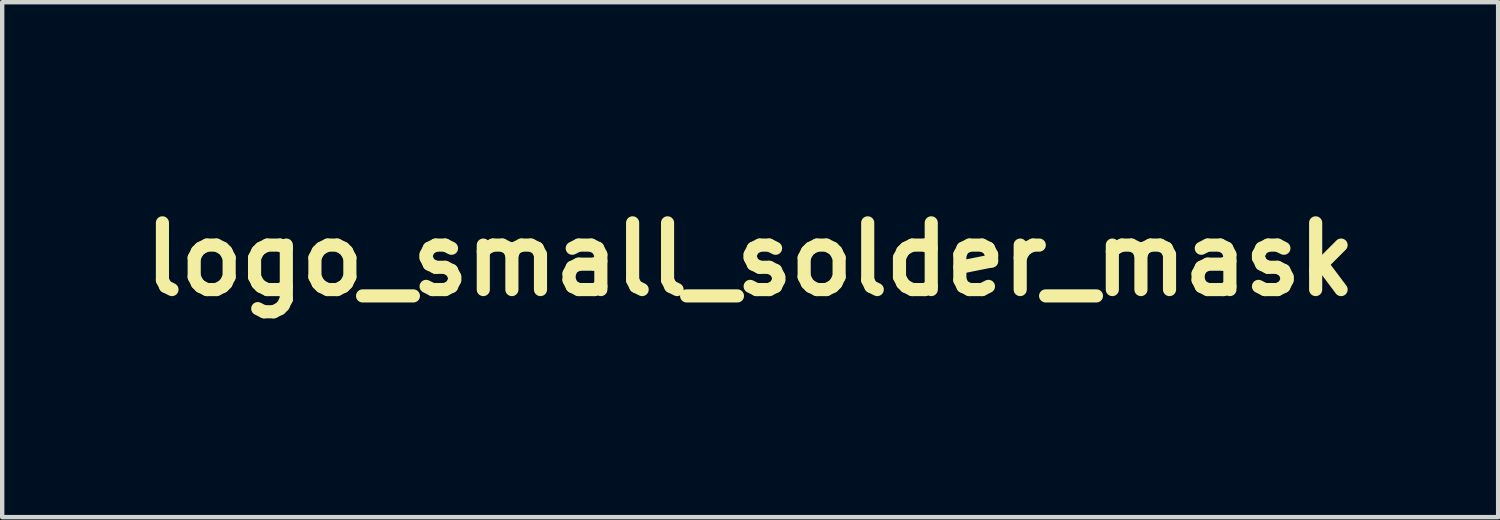
<source format=kicad_pcb>
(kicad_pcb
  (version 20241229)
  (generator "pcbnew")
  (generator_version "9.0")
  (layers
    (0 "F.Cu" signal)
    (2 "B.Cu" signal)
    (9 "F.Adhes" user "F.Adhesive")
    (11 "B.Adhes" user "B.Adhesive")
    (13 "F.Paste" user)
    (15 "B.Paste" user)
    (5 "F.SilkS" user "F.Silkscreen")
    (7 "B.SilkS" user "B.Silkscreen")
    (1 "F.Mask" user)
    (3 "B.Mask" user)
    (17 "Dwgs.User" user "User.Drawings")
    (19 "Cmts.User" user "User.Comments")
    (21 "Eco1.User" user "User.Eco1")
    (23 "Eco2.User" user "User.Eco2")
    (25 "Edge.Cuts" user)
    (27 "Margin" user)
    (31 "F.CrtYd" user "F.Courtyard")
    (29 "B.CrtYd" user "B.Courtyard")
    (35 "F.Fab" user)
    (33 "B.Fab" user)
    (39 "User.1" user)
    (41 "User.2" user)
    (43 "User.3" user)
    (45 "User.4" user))
  (footprint "logo_small_solder_mask"
    (layer "F.Cu")
    (at 14.086 2.875)
    (property "Reference" "logo_small_solder_mask" (at 0 0 0) (layer "F.SilkS") (effects (font (size 1.524 1.524) (thickness 0.3))))
    (attr through_hole)
    (fp_poly (pts (xy -1.146 -1.922) (xy -1.106 -1.896) (xy -1.077 -1.857) (xy -1.064 -1.809) (xy -1.069 -1.758) (xy -1.092 -1.711) (xy -1.13 -1.676) (xy -1.177 -1.658) (xy -1.226 -1.658) (xy -1.24 -1.663) (xy -1.283 -1.694) (xy -1.31 -1.738) (xy -1.321 -1.791) (xy -1.314 -1.843) (xy -1.288 -1.889) (xy -1.284 -1.893) (xy -1.239 -1.923) (xy -1.192 -1.932) (xy -1.146 -1.922)) (stroke (width 0.01) (type solid)) (fill yes) (layer "F.Mask"))
    (fp_poly (pts (xy -2.395 1.307) (xy -2.321 1.341) (xy -2.257 1.397) (xy -2.205 1.473) (xy -2.193 1.498) (xy -2.175 1.557) (xy -2.164 1.631) (xy -2.16 1.711) (xy -2.164 1.789) (xy -2.176 1.854) (xy -2.176 1.855) (xy -2.213 1.946) (xy -2.264 2.019) (xy -2.327 2.07) (xy -2.402 2.1) (xy -2.472 2.108) (xy -2.522 2.104) (xy -2.569 2.095) (xy -2.591 2.088) (xy -2.659 2.045) (xy -2.714 1.981) (xy -2.756 1.897) (xy -2.783 1.795) (xy -2.784 1.791) (xy -2.791 1.694) (xy -2.782 1.6) (xy -2.758 1.513) (xy -2.72 1.435) (xy -2.67 1.372) (xy -2.611 1.327) (xy -2.565 1.308) (xy -2.477 1.295) (xy -2.395 1.307)) (stroke (width 0.01) (type solid)) (fill yes) (layer "F.Mask"))
    (fp_poly (pts (xy 2.519 1.294) (xy 2.592 1.325) (xy 2.653 1.379) (xy 2.701 1.454) (xy 2.718 1.494) (xy 2.737 1.565) (xy 2.747 1.651) (xy 2.748 1.742) (xy 2.74 1.829) (xy 2.725 1.896) (xy 2.698 1.956) (xy 2.66 2.014) (xy 2.615 2.064) (xy 2.57 2.097) (xy 2.56 2.102) (xy 2.506 2.118) (xy 2.445 2.126) (xy 2.389 2.126) (xy 2.369 2.122) (xy 2.287 2.089) (xy 2.221 2.036) (xy 2.171 1.964) (xy 2.137 1.872) (xy 2.122 1.791) (xy 2.117 1.707) (xy 2.122 1.619) (xy 2.135 1.537) (xy 2.156 1.47) (xy 2.157 1.469) (xy 2.203 1.39) (xy 2.261 1.333) (xy 2.332 1.298) (xy 2.417 1.284) (xy 2.432 1.283) (xy 2.519 1.294)) (stroke (width 0.01) (type solid)) (fill yes) (layer "F.Mask"))
    (fp_poly (pts (xy -1.231 -1.593) (xy -1.174 -1.59) (xy -1.126 -1.584) (xy -1.093 -1.576) (xy -1.083 -1.571) (xy -1.078 -1.562) (xy -1.074 -1.546) (xy -1.07 -1.52) (xy -1.068 -1.482) (xy -1.067 -1.429) (xy -1.066 -1.358) (xy -1.066 -1.267) (xy -1.066 -1.153) (xy -1.066 -1.14) (xy -1.066 -1.04) (xy -1.066 -0.947) (xy -1.065 -0.865) (xy -1.064 -0.797) (xy -1.063 -0.746) (xy -1.061 -0.715) (xy -1.06 -0.708) (xy -1.05 -0.696) (xy -1.028 -0.692) (xy -0.991 -0.694) (xy -0.951 -0.697) (xy -0.925 -0.691) (xy -0.903 -0.675) (xy -0.881 -0.636) (xy -0.879 -0.591) (xy -0.898 -0.547) (xy -0.901 -0.544) (xy -0.915 -0.529) (xy -0.932 -0.521) (xy -0.958 -0.517) (xy -1 -0.518) (xy -1.024 -0.519) (xy -1.097 -0.522) (xy -1.152 -0.524) (xy -1.194 -0.525) (xy -1.231 -0.523) (xy -1.269 -0.52) (xy -1.309 -0.516) (xy -1.36 -0.512) (xy -1.392 -0.512) (xy -1.414 -0.517) (xy -1.433 -0.529) (xy -1.435 -0.531) (xy -1.458 -0.56) (xy -1.466 -0.601) (xy -1.466 -0.603) (xy -1.456 -0.651) (xy -1.429 -0.681) (xy -1.382 -0.696) (xy -1.34 -0.696) (xy -1.276 -0.692) (xy -1.276 -1.416) (xy -1.336 -1.412) (xy -1.396 -1.415) (xy -1.436 -1.433) (xy -1.46 -1.466) (xy -1.461 -1.467) (xy -1.465 -1.508) (xy -1.452 -1.549) (xy -1.427 -1.579) (xy -1.418 -1.584) (xy -1.39 -1.591) (xy -1.345 -1.594) (xy -1.29 -1.595) (xy -1.231 -1.593)) (stroke (width 0.01) (type solid)) (fill yes) (layer "F.Mask"))
    (fp_poly (pts (xy 1.789 -1.916) (xy 1.816 -1.907) (xy 1.833 -1.888) (xy 1.843 -1.854) (xy 1.849 -1.802) (xy 1.852 -1.735) (xy 1.856 -1.587) (xy 1.98 -1.587) (xy 2.048 -1.586) (xy 2.095 -1.581) (xy 2.125 -1.569) (xy 2.143 -1.55) (xy 2.152 -1.521) (xy 2.154 -1.511) (xy 2.154 -1.47) (xy 2.136 -1.434) (xy 2.134 -1.432) (xy 2.12 -1.416) (xy 2.105 -1.406) (xy 2.084 -1.4) (xy 2.05 -1.398) (xy 1.999 -1.397) (xy 1.98 -1.397) (xy 1.854 -1.397) (xy 1.854 -1.092) (xy 1.855 -0.982) (xy 1.856 -0.895) (xy 1.86 -0.827) (xy 1.865 -0.777) (xy 1.873 -0.741) (xy 1.885 -0.715) (xy 1.9 -0.699) (xy 1.919 -0.688) (xy 1.923 -0.686) (xy 1.968 -0.681) (xy 2.012 -0.699) (xy 2.032 -0.717) (xy 2.042 -0.743) (xy 2.051 -0.793) (xy 2.057 -0.865) (xy 2.058 -0.878) (xy 2.063 -0.944) (xy 2.069 -0.99) (xy 2.077 -1.021) (xy 2.088 -1.04) (xy 2.089 -1.041) (xy 2.124 -1.062) (xy 2.166 -1.066) (xy 2.208 -1.052) (xy 2.224 -1.04) (xy 2.236 -1.026) (xy 2.244 -1.01) (xy 2.247 -0.985) (xy 2.248 -0.948) (xy 2.245 -0.892) (xy 2.245 -0.878) (xy 2.233 -0.763) (xy 2.21 -0.671) (xy 2.174 -0.599) (xy 2.125 -0.547) (xy 2.062 -0.513) (xy 1.984 -0.497) (xy 1.94 -0.495) (xy 1.873 -0.5) (xy 1.817 -0.517) (xy 1.803 -0.524) (xy 1.742 -0.569) (xy 1.696 -0.633) (xy 1.675 -0.684) (xy 1.67 -0.712) (xy 1.665 -0.764) (xy 1.661 -0.835) (xy 1.658 -0.924) (xy 1.655 -1.029) (xy 1.654 -1.064) (xy 1.649 -1.397) (xy 1.605 -1.397) (xy 1.553 -1.404) (xy 1.519 -1.426) (xy 1.501 -1.458) (xy 1.496 -1.501) (xy 1.505 -1.533) (xy 1.525 -1.565) (xy 1.554 -1.582) (xy 1.6 -1.587) (xy 1.606 -1.587) (xy 1.648 -1.587) (xy 1.653 -1.727) (xy 1.658 -1.801) (xy 1.666 -1.854) (xy 1.679 -1.888) (xy 1.7 -1.908) (xy 1.729 -1.916) (xy 1.752 -1.918) (xy 1.789 -1.916)) (stroke (width 0.01) (type solid)) (fill yes) (layer "F.Mask"))
    (fp_poly (pts (xy 3.352 -1.593) (xy 3.402 -1.588) (xy 3.436 -1.58) (xy 3.457 -1.567) (xy 3.468 -1.549) (xy 3.472 -1.524) (xy 3.472 -1.506) (xy 3.465 -1.461) (xy 3.44 -1.432) (xy 3.397 -1.418) (xy 3.369 -1.417) (xy 3.309 -1.416) (xy 3.255 -1.27) (xy 3.235 -1.216) (xy 3.209 -1.143) (xy 3.178 -1.057) (xy 3.144 -0.964) (xy 3.11 -0.87) (xy 3.092 -0.819) (xy 3.044 -0.689) (xy 3.003 -0.58) (xy 2.966 -0.49) (xy 2.933 -0.417) (xy 2.902 -0.356) (xy 2.872 -0.307) (xy 2.843 -0.265) (xy 2.826 -0.245) (xy 2.756 -0.182) (xy 2.674 -0.136) (xy 2.585 -0.11) (xy 2.496 -0.105) (xy 2.44 -0.114) (xy 2.381 -0.138) (xy 2.323 -0.179) (xy 2.277 -0.229) (xy 2.264 -0.248) (xy 2.241 -0.31) (xy 2.238 -0.37) (xy 2.253 -0.425) (xy 2.284 -0.471) (xy 2.329 -0.502) (xy 2.386 -0.514) (xy 2.389 -0.514) (xy 2.44 -0.503) (xy 2.479 -0.473) (xy 2.503 -0.431) (xy 2.508 -0.382) (xy 2.496 -0.339) (xy 2.483 -0.312) (xy 2.477 -0.297) (xy 2.477 -0.296) (xy 2.488 -0.294) (xy 2.516 -0.292) (xy 2.529 -0.292) (xy 2.596 -0.304) (xy 2.656 -0.337) (xy 2.706 -0.386) (xy 2.74 -0.446) (xy 2.756 -0.514) (xy 2.756 -0.525) (xy 2.753 -0.551) (xy 2.744 -0.592) (xy 2.728 -0.647) (xy 2.706 -0.72) (xy 2.675 -0.812) (xy 2.636 -0.926) (xy 2.614 -0.988) (xy 2.58 -1.084) (xy 2.548 -1.173) (xy 2.52 -1.252) (xy 2.496 -1.318) (xy 2.477 -1.367) (xy 2.465 -1.398) (xy 2.46 -1.406) (xy 2.439 -1.416) (xy 2.398 -1.419) (xy 2.379 -1.419) (xy 2.335 -1.419) (xy 2.309 -1.425) (xy 2.292 -1.439) (xy 2.291 -1.441) (xy 2.277 -1.476) (xy 2.275 -1.519) (xy 2.285 -1.556) (xy 2.293 -1.568) (xy 2.3 -1.575) (xy 2.307 -1.581) (xy 2.315 -1.585) (xy 2.33 -1.588) (xy 2.355 -1.59) (xy 2.392 -1.591) (xy 2.446 -1.591) (xy 2.52 -1.592) (xy 2.571 -1.593) (xy 2.656 -1.593) (xy 2.719 -1.593) (xy 2.764 -1.592) (xy 2.795 -1.589) (xy 2.815 -1.584) (xy 2.828 -1.578) (xy 2.835 -1.572) (xy 2.851 -1.543) (xy 2.857 -1.503) (xy 2.853 -1.465) (xy 2.848 -1.453) (xy 2.817 -1.427) (xy 2.772 -1.414) (xy 2.734 -1.416) (xy 2.704 -1.419) (xy 2.694 -1.414) (xy 2.695 -1.407) (xy 2.7 -1.391) (xy 2.712 -1.354) (xy 2.728 -1.299) (xy 2.748 -1.231) (xy 2.772 -1.153) (xy 2.788 -1.099) (xy 2.816 -1.004) (xy 2.838 -0.932) (xy 2.854 -0.878) (xy 2.866 -0.841) (xy 2.874 -0.817) (xy 2.88 -0.805) (xy 2.884 -0.8) (xy 2.887 -0.8) (xy 2.889 -0.802) (xy 2.897 -0.817) (xy 2.91 -0.852) (xy 2.928 -0.903) (xy 2.95 -0.966) (xy 2.974 -1.036) (xy 2.998 -1.11) (xy 3.022 -1.183) (xy 3.044 -1.252) (xy 3.063 -1.311) (xy 3.077 -1.358) (xy 3.085 -1.387) (xy 3.086 -1.394) (xy 3.084 -1.411) (xy 3.073 -1.419) (xy 3.047 -1.42) (xy 3.021 -1.42) (xy 2.97 -1.423) (xy 2.939 -1.44) (xy 2.924 -1.475) (xy 2.921 -1.512) (xy 2.922 -1.539) (xy 2.928 -1.559) (xy 2.941 -1.573) (xy 2.966 -1.583) (xy 3.004 -1.589) (xy 3.059 -1.592) (xy 3.135 -1.594) (xy 3.191 -1.594) (xy 3.282 -1.594) (xy 3.352 -1.593)) (stroke (width 0.01) (type solid)) (fill yes) (layer "F.Mask"))
    (fp_poly (pts (xy 0.443 -1.964) (xy 0.458 -1.964) (xy 0.527 -1.962) (xy 0.574 -1.959) (xy 0.604 -1.954) (xy 0.619 -1.947) (xy 0.623 -1.943) (xy 0.627 -1.924) (xy 0.631 -1.885) (xy 0.633 -1.83) (xy 0.635 -1.765) (xy 0.635 -1.737) (xy 0.635 -1.671) (xy 0.636 -1.615) (xy 0.638 -1.574) (xy 0.64 -1.552) (xy 0.641 -1.549) (xy 0.654 -1.556) (xy 0.68 -1.572) (xy 0.692 -1.58) (xy 0.763 -1.614) (xy 0.846 -1.631) (xy 0.933 -1.63) (xy 1.019 -1.611) (xy 1.092 -1.578) (xy 1.145 -1.534) (xy 1.194 -1.474) (xy 1.231 -1.409) (xy 1.244 -1.374) (xy 1.248 -1.347) (xy 1.252 -1.3) (xy 1.255 -1.236) (xy 1.257 -1.161) (xy 1.258 -1.078) (xy 1.259 -1.048) (xy 1.26 -0.964) (xy 1.261 -0.886) (xy 1.263 -0.82) (xy 1.265 -0.768) (xy 1.268 -0.736) (xy 1.269 -0.73) (xy 1.276 -0.707) (xy 1.289 -0.696) (xy 1.316 -0.695) (xy 1.331 -0.696) (xy 1.388 -0.693) (xy 1.427 -0.673) (xy 1.445 -0.636) (xy 1.448 -0.612) (xy 1.446 -0.581) (xy 1.439 -0.556) (xy 1.425 -0.539) (xy 1.399 -0.527) (xy 1.36 -0.519) (xy 1.304 -0.516) (xy 1.227 -0.514) (xy 1.15 -0.515) (xy 0.923 -0.517) (xy 0.893 -0.551) (xy 0.869 -0.59) (xy 0.867 -0.625) (xy 0.889 -0.664) (xy 0.891 -0.667) (xy 0.909 -0.687) (xy 0.928 -0.696) (xy 0.957 -0.697) (xy 0.986 -0.694) (xy 1.053 -0.686) (xy 1.061 -0.729) (xy 1.063 -0.754) (xy 1.065 -0.8) (xy 1.066 -0.863) (xy 1.066 -0.937) (xy 1.065 -1.019) (xy 1.065 -1.043) (xy 1.063 -1.142) (xy 1.06 -1.219) (xy 1.055 -1.278) (xy 1.048 -1.323) (xy 1.038 -1.356) (xy 1.024 -1.381) (xy 1.006 -1.402) (xy 0.983 -1.421) (xy 0.954 -1.438) (xy 0.918 -1.446) (xy 0.87 -1.448) (xy 0.797 -1.44) (xy 0.739 -1.414) (xy 0.696 -1.37) (xy 0.666 -1.305) (xy 0.648 -1.225) (xy 0.644 -1.182) (xy 0.64 -1.122) (xy 0.638 -1.053) (xy 0.636 -0.977) (xy 0.636 -0.902) (xy 0.636 -0.832) (xy 0.638 -0.774) (xy 0.641 -0.731) (xy 0.643 -0.713) (xy 0.65 -0.696) (xy 0.664 -0.689) (xy 0.692 -0.69) (xy 0.71 -0.692) (xy 0.767 -0.692) (xy 0.805 -0.674) (xy 0.826 -0.638) (xy 0.829 -0.603) (xy 0.828 -0.575) (xy 0.822 -0.554) (xy 0.81 -0.538) (xy 0.788 -0.528) (xy 0.752 -0.521) (xy 0.701 -0.517) (xy 0.63 -0.516) (xy 0.543 -0.515) (xy 0.459 -0.515) (xy 0.396 -0.515) (xy 0.35 -0.516) (xy 0.319 -0.519) (xy 0.299 -0.523) (xy 0.285 -0.53) (xy 0.274 -0.538) (xy 0.27 -0.542) (xy 0.247 -0.581) (xy 0.243 -0.627) (xy 0.259 -0.667) (xy 0.276 -0.682) (xy 0.303 -0.69) (xy 0.348 -0.692) (xy 0.351 -0.692) (xy 0.425 -0.692) (xy 0.433 -0.787) (xy 0.436 -0.831) (xy 0.438 -0.894) (xy 0.439 -0.973) (xy 0.44 -1.063) (xy 0.441 -1.162) (xy 0.441 -1.263) (xy 0.441 -1.364) (xy 0.44 -1.46) (xy 0.439 -1.546) (xy 0.438 -1.62) (xy 0.436 -1.676) (xy 0.434 -1.708) (xy 0.425 -1.784) (xy 0.375 -1.786) (xy 0.336 -1.787) (xy 0.306 -1.788) (xy 0.303 -1.789) (xy 0.269 -1.803) (xy 0.249 -1.832) (xy 0.241 -1.87) (xy 0.249 -1.908) (xy 0.273 -1.941) (xy 0.273 -1.941) (xy 0.29 -1.952) (xy 0.31 -1.959) (xy 0.339 -1.963) (xy 0.381 -1.965) (xy 0.443 -1.964)) (stroke (width 0.01) (type solid)) (fill yes) (layer "F.Mask"))
    (fp_poly (pts (xy 0.055 -1.808) (xy 0.114 -1.788) (xy 0.132 -1.777) (xy 0.182 -1.732) (xy 0.209 -1.678) (xy 0.216 -1.619) (xy 0.213 -1.578) (xy 0.2 -1.548) (xy 0.173 -1.516) (xy 0.128 -1.483) (xy 0.086 -1.474) (xy 0.046 -1.491) (xy 0.031 -1.504) (xy 0.01 -1.538) (xy -0.000202 -1.579) (xy 0.003 -1.616) (xy 0.014 -1.634) (xy 0.018 -1.647) (xy 0.001 -1.657) (xy -0.033 -1.656) (xy -0.062 -1.632) (xy -0.078 -1.603) (xy -0.082 -1.581) (xy -0.073 -1.558) (xy -0.05 -1.527) (xy -0.045 -1.522) (xy -0.000187 -1.461) (xy 0.028 -1.403) (xy 0.044 -1.336) (xy 0.049 -1.279) (xy 0.05 -1.225) (xy 0.047 -1.185) (xy 0.037 -1.151) (xy 0.02 -1.111) (xy -0.031 -1.035) (xy -0.097 -0.975) (xy -0.176 -0.934) (xy -0.181 -0.932) (xy -0.251 -0.918) (xy -0.333 -0.917) (xy -0.417 -0.927) (xy -0.493 -0.948) (xy -0.505 -0.953) (xy -0.555 -0.969) (xy -0.588 -0.968) (xy -0.606 -0.948) (xy -0.61 -0.921) (xy -0.606 -0.895) (xy -0.594 -0.875) (xy -0.569 -0.861) (xy -0.529 -0.85) (xy -0.471 -0.843) (xy -0.391 -0.837) (xy -0.371 -0.836) (xy -0.26 -0.829) (xy -0.17 -0.817) (xy -0.098 -0.8) (xy -0.038 -0.777) (xy 0.013 -0.746) (xy 0.043 -0.722) (xy 0.098 -0.667) (xy 0.132 -0.612) (xy 0.148 -0.55) (xy 0.15 -0.475) (xy 0.146 -0.421) (xy 0.137 -0.383) (xy 0.121 -0.349) (xy 0.107 -0.328) (xy 0.045 -0.26) (xy -0.034 -0.209) (xy -0.131 -0.174) (xy -0.248 -0.156) (xy -0.339 -0.153) (xy -0.402 -0.156) (xy -0.462 -0.16) (xy -0.512 -0.167) (xy -0.527 -0.17) (xy -0.624 -0.204) (xy -0.702 -0.252) (xy -0.761 -0.313) (xy -0.798 -0.386) (xy -0.812 -0.469) (xy -0.813 -0.479) (xy -0.81 -0.512) (xy -0.607 -0.512) (xy -0.606 -0.462) (xy -0.59 -0.422) (xy -0.549 -0.384) (xy -0.489 -0.356) (xy -0.414 -0.339) (xy -0.329 -0.334) (xy -0.238 -0.342) (xy -0.157 -0.362) (xy -0.097 -0.39) (xy -0.06 -0.427) (xy -0.057 -0.433) (xy -0.04 -0.485) (xy -0.047 -0.533) (xy -0.071 -0.57) (xy -0.115 -0.605) (xy -0.176 -0.63) (xy -0.248 -0.644) (xy -0.326 -0.648) (xy -0.404 -0.642) (xy -0.477 -0.626) (xy -0.538 -0.6) (xy -0.583 -0.565) (xy -0.59 -0.556) (xy -0.607 -0.512) (xy -0.81 -0.512) (xy -0.808 -0.544) (xy -0.791 -0.595) (xy -0.757 -0.644) (xy -0.735 -0.668) (xy -0.684 -0.72) (xy -0.728 -0.764) (xy -0.771 -0.823) (xy -0.792 -0.888) (xy -0.791 -0.956) (xy -0.769 -1.02) (xy -0.727 -1.075) (xy -0.696 -1.1) (xy -0.671 -1.124) (xy -0.668 -1.143) (xy -0.69 -1.225) (xy -0.691 -1.282) (xy -0.493 -1.282) (xy -0.489 -1.225) (xy -0.468 -1.173) (xy -0.431 -1.13) (xy -0.379 -1.102) (xy -0.374 -1.101) (xy -0.334 -1.097) (xy -0.284 -1.103) (xy -0.238 -1.115) (xy -0.219 -1.125) (xy -0.176 -1.167) (xy -0.15 -1.222) (xy -0.144 -1.283) (xy -0.159 -1.342) (xy -0.161 -1.346) (xy -0.201 -1.399) (xy -0.254 -1.433) (xy -0.315 -1.446) (xy -0.377 -1.437) (xy -0.406 -1.425) (xy -0.452 -1.387) (xy -0.481 -1.338) (xy -0.493 -1.282) (xy -0.691 -1.282) (xy -0.691 -1.312) (xy -0.672 -1.397) (xy -0.635 -1.475) (xy -0.581 -1.54) (xy -0.549 -1.566) (xy -0.498 -1.594) (xy -0.434 -1.616) (xy -0.368 -1.63) (xy -0.31 -1.634) (xy -0.292 -1.632) (xy -0.261 -1.628) (xy -0.245 -1.634) (xy -0.237 -1.655) (xy -0.235 -1.664) (xy -0.215 -1.707) (xy -0.18 -1.75) (xy -0.135 -1.787) (xy -0.091 -1.809) (xy -0.083 -1.811) (xy -0.014 -1.816) (xy 0.055 -1.808)) (stroke (width 0.01) (type solid)) (fill yes) (layer "F.Mask"))
    (fp_poly (pts (xy -1.998 -1.965) (xy -1.958 -1.96) (xy -1.889 -1.954) (xy -1.823 -1.953) (xy -1.778 -1.956) (xy -1.698 -1.965) (xy -1.639 -1.965) (xy -1.599 -1.953) (xy -1.575 -1.929) (xy -1.564 -1.893) (xy -1.562 -1.867) (xy -1.569 -1.824) (xy -1.592 -1.796) (xy -1.632 -1.782) (xy -1.694 -1.78) (xy -1.697 -1.78) (xy -1.739 -1.782) (xy -1.764 -1.778) (xy -1.778 -1.767) (xy -1.787 -1.753) (xy -1.791 -1.732) (xy -1.795 -1.689) (xy -1.798 -1.628) (xy -1.8 -1.552) (xy -1.802 -1.464) (xy -1.803 -1.369) (xy -1.804 -1.27) (xy -1.804 -1.169) (xy -1.804 -1.071) (xy -1.802 -0.979) (xy -1.8 -0.897) (xy -1.798 -0.828) (xy -1.795 -0.776) (xy -1.791 -0.744) (xy -1.789 -0.738) (xy -1.781 -0.717) (xy -1.77 -0.705) (xy -1.749 -0.7) (xy -1.713 -0.699) (xy -1.69 -0.699) (xy -1.639 -0.697) (xy -1.607 -0.691) (xy -1.587 -0.679) (xy -1.583 -0.675) (xy -1.566 -0.639) (xy -1.563 -0.594) (xy -1.575 -0.552) (xy -1.589 -0.532) (xy -1.603 -0.519) (xy -1.619 -0.512) (xy -1.643 -0.509) (xy -1.68 -0.51) (xy -1.736 -0.515) (xy -1.738 -0.515) (xy -1.83 -0.522) (xy -1.905 -0.525) (xy -1.973 -0.525) (xy -2.04 -0.52) (xy -2.085 -0.516) (xy -2.135 -0.511) (xy -2.166 -0.51) (xy -2.187 -0.515) (xy -2.204 -0.526) (xy -2.215 -0.538) (xy -2.242 -0.579) (xy -2.244 -0.621) (xy -2.222 -0.662) (xy -2.217 -0.667) (xy -2.192 -0.687) (xy -2.163 -0.696) (xy -2.119 -0.698) (xy -2.116 -0.699) (xy -2.073 -0.7) (xy -2.048 -0.707) (xy -2.033 -0.721) (xy -2.029 -0.727) (xy -2.025 -0.742) (xy -2.021 -0.77) (xy -2.017 -0.814) (xy -2.015 -0.874) (xy -2.013 -0.954) (xy -2.011 -1.054) (xy -2.01 -1.178) (xy -2.01 -1.194) (xy -2.01 -1.296) (xy -2.01 -1.389) (xy -2.01 -1.47) (xy -2.01 -1.536) (xy -2.011 -1.585) (xy -2.012 -1.613) (xy -2.013 -1.619) (xy -2.018 -1.605) (xy -2.028 -1.568) (xy -2.045 -1.513) (xy -2.066 -1.441) (xy -2.091 -1.354) (xy -2.119 -1.257) (xy -2.15 -1.15) (xy -2.167 -1.092) (xy -2.199 -0.982) (xy -2.229 -0.878) (xy -2.258 -0.784) (xy -2.282 -0.702) (xy -2.303 -0.635) (xy -2.319 -0.586) (xy -2.33 -0.557) (xy -2.332 -0.551) (xy -2.368 -0.518) (xy -2.418 -0.499) (xy -2.473 -0.498) (xy -2.509 -0.507) (xy -2.537 -0.525) (xy -2.55 -0.536) (xy -2.557 -0.552) (xy -2.569 -0.59) (xy -2.587 -0.647) (xy -2.61 -0.72) (xy -2.636 -0.807) (xy -2.665 -0.906) (xy -2.696 -1.013) (xy -2.713 -1.074) (xy -2.745 -1.185) (xy -2.775 -1.288) (xy -2.802 -1.381) (xy -2.826 -1.461) (xy -2.845 -1.526) (xy -2.86 -1.573) (xy -2.869 -1.6) (xy -2.871 -1.605) (xy -2.874 -1.596) (xy -2.875 -1.565) (xy -2.876 -1.516) (xy -2.877 -1.451) (xy -2.876 -1.375) (xy -2.875 -1.291) (xy -2.874 -1.201) (xy -2.872 -1.111) (xy -2.87 -1.022) (xy -2.868 -0.939) (xy -2.866 -0.865) (xy -2.863 -0.804) (xy -2.86 -0.758) (xy -2.857 -0.732) (xy -2.856 -0.727) (xy -2.847 -0.711) (xy -2.83 -0.703) (xy -2.797 -0.701) (xy -2.779 -0.701) (xy -2.719 -0.698) (xy -2.679 -0.683) (xy -2.655 -0.655) (xy -2.647 -0.628) (xy -2.648 -0.58) (xy -2.669 -0.54) (xy -2.705 -0.515) (xy -2.712 -0.513) (xy -2.74 -0.511) (xy -2.784 -0.513) (xy -2.835 -0.519) (xy -2.846 -0.521) (xy -2.989 -0.531) (xy -3.052 -0.527) (xy -3.135 -0.52) (xy -3.196 -0.516) (xy -3.24 -0.517) (xy -3.269 -0.521) (xy -3.288 -0.53) (xy -3.297 -0.539) (xy -3.313 -0.579) (xy -3.312 -0.625) (xy -3.295 -0.666) (xy -3.288 -0.674) (xy -3.265 -0.691) (xy -3.234 -0.698) (xy -3.196 -0.698) (xy -3.156 -0.697) (xy -3.125 -0.697) (xy -3.116 -0.697) (xy -3.105 -0.701) (xy -3.097 -0.713) (xy -3.09 -0.735) (xy -3.084 -0.769) (xy -3.08 -0.816) (xy -3.077 -0.88) (xy -3.075 -0.962) (xy -3.074 -1.065) (xy -3.073 -1.19) (xy -3.073 -1.241) (xy -3.074 -1.366) (xy -3.074 -1.468) (xy -3.075 -1.55) (xy -3.077 -1.614) (xy -3.079 -1.663) (xy -3.082 -1.7) (xy -3.086 -1.725) (xy -3.091 -1.744) (xy -3.092 -1.748) (xy -3.111 -1.794) (xy -3.182 -1.785) (xy -3.243 -1.783) (xy -3.285 -1.795) (xy -3.308 -1.823) (xy -3.315 -1.865) (xy -3.314 -1.896) (xy -3.309 -1.92) (xy -3.298 -1.938) (xy -3.277 -1.949) (xy -3.243 -1.957) (xy -3.192 -1.961) (xy -3.122 -1.962) (xy -3.04 -1.963) (xy -2.963 -1.963) (xy -2.894 -1.962) (xy -2.837 -1.96) (xy -2.797 -1.957) (xy -2.778 -1.954) (xy -2.755 -1.934) (xy -2.742 -1.916) (xy -2.736 -1.899) (xy -2.724 -1.859) (xy -2.707 -1.801) (xy -2.685 -1.726) (xy -2.66 -1.637) (xy -2.632 -1.537) (xy -2.602 -1.429) (xy -2.585 -1.368) (xy -2.555 -1.258) (xy -2.527 -1.157) (xy -2.501 -1.066) (xy -2.478 -0.989) (xy -2.46 -0.927) (xy -2.446 -0.884) (xy -2.438 -0.861) (xy -2.436 -0.858) (xy -2.431 -0.873) (xy -2.42 -0.909) (xy -2.404 -0.964) (xy -2.383 -1.036) (xy -2.358 -1.122) (xy -2.331 -1.22) (xy -2.301 -1.326) (xy -2.287 -1.377) (xy -2.256 -1.487) (xy -2.227 -1.589) (xy -2.2 -1.682) (xy -2.177 -1.762) (xy -2.158 -1.827) (xy -2.144 -1.874) (xy -2.136 -1.9) (xy -2.134 -1.905) (xy -2.117 -1.928) (xy -2.096 -1.949) (xy -2.081 -1.961) (xy -2.064 -1.967) (xy -2.038 -1.968) (xy -1.998 -1.965)) (stroke (width 0.01) (type solid)) (fill yes) (layer "F.Mask"))
    (fp_poly (pts (xy 4.432 2.883) (xy -4.42 2.883) (xy -4.42 1.708) (xy -3.104 1.708) (xy -3.097 1.842) (xy -3.077 1.957) (xy -3.042 2.057) (xy -2.991 2.145) (xy -2.936 2.213) (xy -2.855 2.285) (xy -2.767 2.335) (xy -2.669 2.363) (xy -2.557 2.371) (xy -2.532 2.37) (xy -2.46 2.363) (xy -2.401 2.35) (xy -2.351 2.33) (xy -2.269 2.281) (xy -2.209 2.226) (xy -2.146 2.157) (xy -2.146 2.362) (xy -1.854 2.362) (xy -1.854 1.041) (xy -1.575 1.041) (xy -1.575 1.522) (xy -1.575 1.656) (xy -1.574 1.767) (xy -1.572 1.859) (xy -1.57 1.933) (xy -1.566 1.993) (xy -1.56 2.04) (xy -1.553 2.079) (xy -1.543 2.111) (xy -1.531 2.14) (xy -1.516 2.167) (xy -1.505 2.184) (xy -1.449 2.252) (xy -1.377 2.308) (xy -1.295 2.348) (xy -1.29 2.35) (xy -1.226 2.364) (xy -1.15 2.371) (xy -1.07 2.37) (xy -0.995 2.363) (xy -0.933 2.348) (xy -0.921 2.343) (xy -0.836 2.295) (xy -0.769 2.23) (xy -0.748 2.199) (xy -0.711 2.141) (xy -0.711 2.362) (xy -0.419 2.362) (xy -0.419 1.041) (xy -0.14 1.041) (xy -0.14 2.362) (xy 0.165 2.362) (xy 0.165 1.041) (xy 0.432 1.041) (xy 0.432 2.362) (xy 0.749 2.362) (xy 0.749 1.948) (xy 0.749 1.824) (xy 0.75 1.723) (xy 0.752 1.642) (xy 0.755 1.578) (xy 0.759 1.528) (xy 0.766 1.489) (xy 0.775 1.458) (xy 0.786 1.433) (xy 0.8 1.411) (xy 0.817 1.39) (xy 0.873 1.341) (xy 0.942 1.309) (xy 1.019 1.295) (xy 1.097 1.302) (xy 1.149 1.319) (xy 1.199 1.348) (xy 1.234 1.384) (xy 1.264 1.436) (xy 1.266 1.442) (xy 1.272 1.458) (xy 1.277 1.478) (xy 1.282 1.504) (xy 1.285 1.54) (xy 1.287 1.588) (xy 1.289 1.65) (xy 1.291 1.73) (xy 1.292 1.831) (xy 1.293 1.927) (xy 1.297 2.362) (xy 1.602 2.362) (xy 1.597 1.87) (xy 1.596 1.746) (xy 1.807 1.746) (xy 1.811 1.823) (xy 1.818 1.882) (xy 1.828 1.932) (xy 1.843 1.98) (xy 1.845 1.986) (xy 1.9 2.101) (xy 1.97 2.196) (xy 2.056 2.272) (xy 2.159 2.328) (xy 2.238 2.355) (xy 2.3 2.366) (xy 2.378 2.372) (xy 2.462 2.373) (xy 2.542 2.369) (xy 2.609 2.359) (xy 2.62 2.356) (xy 2.736 2.314) (xy 2.835 2.252) (xy 2.918 2.171) (xy 2.984 2.072) (xy 3.032 1.956) (xy 3.042 1.922) (xy 3.053 1.86) (xy 3.059 1.781) (xy 3.061 1.695) (xy 3.058 1.609) (xy 3.05 1.531) (xy 3.041 1.481) (xy 2.998 1.361) (xy 2.937 1.258) (xy 2.859 1.173) (xy 2.765 1.107) (xy 2.655 1.061) (xy 2.532 1.035) (xy 2.436 1.029) (xy 2.306 1.038) (xy 2.191 1.066) (xy 2.09 1.114) (xy 2 1.182) (xy 1.997 1.186) (xy 1.921 1.271) (xy 1.865 1.368) (xy 1.828 1.478) (xy 1.809 1.604) (xy 1.807 1.746) (xy 1.596 1.746) (xy 1.596 1.743) (xy 1.595 1.639) (xy 1.593 1.554) (xy 1.591 1.487) (xy 1.589 1.435) (xy 1.586 1.395) (xy 1.582 1.364) (xy 1.578 1.34) (xy 1.572 1.32) (xy 1.57 1.313) (xy 1.525 1.22) (xy 1.461 1.145) (xy 1.379 1.086) (xy 1.367 1.08) (xy 1.325 1.06) (xy 1.292 1.047) (xy 1.258 1.039) (xy 1.216 1.036) (xy 1.158 1.035) (xy 1.151 1.035) (xy 1.059 1.038) (xy 0.985 1.049) (xy 0.924 1.071) (xy 0.869 1.104) (xy 0.814 1.153) (xy 0.81 1.157) (xy 0.737 1.23) (xy 0.737 1.041) (xy 0.432 1.041) (xy 0.165 1.041) (xy -0.14 1.041) (xy -0.419 1.041) (xy -0.723 1.041) (xy -0.726 1.464) (xy -0.728 1.579) (xy -0.729 1.672) (xy -0.73 1.745) (xy -0.732 1.801) (xy -0.734 1.844) (xy -0.738 1.876) (xy -0.742 1.901) (xy -0.747 1.92) (xy -0.754 1.937) (xy -0.758 1.946) (xy -0.803 2.019) (xy -0.861 2.069) (xy -0.932 2.099) (xy -1.014 2.108) (xy -1.098 2.098) (xy -1.166 2.068) (xy -1.217 2.019) (xy -1.253 1.95) (xy -1.255 1.944) (xy -1.26 1.918) (xy -1.264 1.868) (xy -1.267 1.794) (xy -1.269 1.697) (xy -1.27 1.575) (xy -1.27 1.471) (xy -1.27 1.041) (xy -1.575 1.041) (xy -1.854 1.041) (xy -1.854 0.724) (xy -0.159 0.724) (xy -0.158 0.768) (xy -0.152 0.797) (xy -0.138 0.82) (xy -0.111 0.846) (xy -0.08 0.871) (xy -0.052 0.884) (xy -0.016 0.889) (xy 0.008 0.889) (xy 0.051 0.887) (xy 0.08 0.88) (xy 0.106 0.861) (xy 0.128 0.84) (xy 0.158 0.808) (xy 0.172 0.781) (xy 0.177 0.748) (xy 0.178 0.724) (xy 0.176 0.683) (xy 0.167 0.654) (xy 0.146 0.626) (xy 0.128 0.608) (xy 0.098 0.579) (xy 0.071 0.565) (xy 0.039 0.559) (xy 0.008 0.559) (xy -0.037 0.561) (xy -0.067 0.569) (xy -0.096 0.588) (xy -0.111 0.602) (xy -0.138 0.628) (xy -0.152 0.651) (xy -0.158 0.68) (xy -0.159 0.724) (xy -1.854 0.724) (xy -1.854 0.546) (xy -2.159 0.546) (xy -2.159 0.897) (xy -2.159 1.248) (xy -2.197 1.196) (xy -2.259 1.132) (xy -2.337 1.083) (xy -2.427 1.05) (xy -2.525 1.034) (xy -2.626 1.036) (xy -2.726 1.057) (xy -2.791 1.082) (xy -2.87 1.132) (xy -2.943 1.2) (xy -3.003 1.28) (xy -3.028 1.325) (xy -3.061 1.401) (xy -3.083 1.472) (xy -3.096 1.546) (xy -3.103 1.63) (xy -3.104 1.708) (xy -4.42 1.708) (xy -4.42 -2.54) (xy -4.089 -2.54) (xy -4.089 0.191) (xy 4.102 0.191) (xy 4.102 -2.54) (xy -4.089 -2.54) (xy -4.42 -2.54) (xy -4.42 -2.87) (xy 4.432 -2.87) (xy 4.432 2.883)) (stroke (width 0.01) (type solid)) (fill yes) (layer "F.Mask")))
  (gr_rect
    (start -3 -3)
    (end 31.172 8.763)
    (stroke (width 0.1) (type default))
    (fill no)
    (layer "Edge.Cuts")))
</source>
